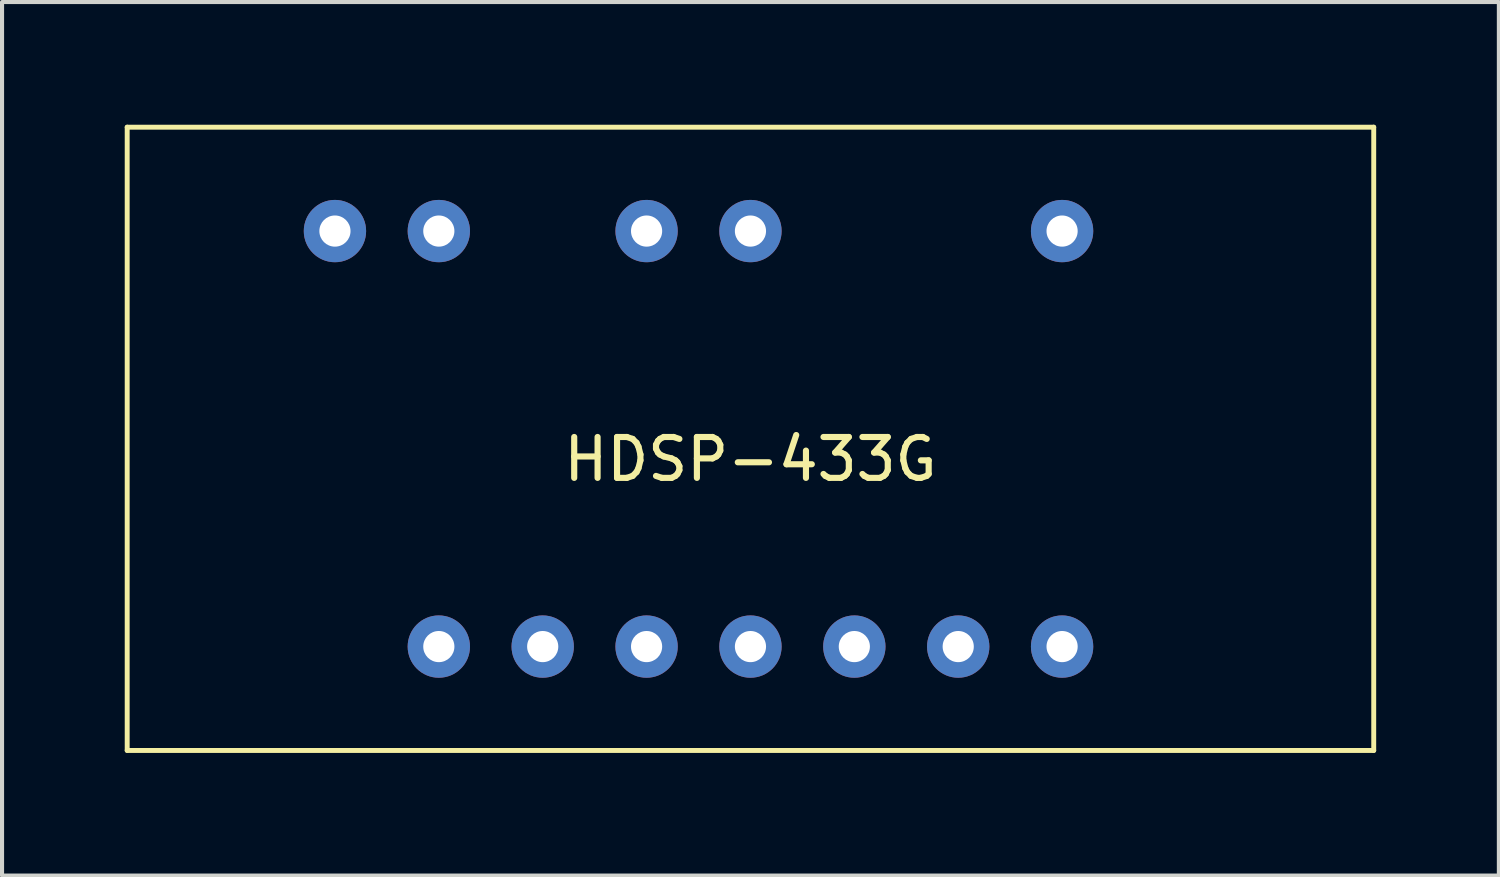
<source format=kicad_pcb>
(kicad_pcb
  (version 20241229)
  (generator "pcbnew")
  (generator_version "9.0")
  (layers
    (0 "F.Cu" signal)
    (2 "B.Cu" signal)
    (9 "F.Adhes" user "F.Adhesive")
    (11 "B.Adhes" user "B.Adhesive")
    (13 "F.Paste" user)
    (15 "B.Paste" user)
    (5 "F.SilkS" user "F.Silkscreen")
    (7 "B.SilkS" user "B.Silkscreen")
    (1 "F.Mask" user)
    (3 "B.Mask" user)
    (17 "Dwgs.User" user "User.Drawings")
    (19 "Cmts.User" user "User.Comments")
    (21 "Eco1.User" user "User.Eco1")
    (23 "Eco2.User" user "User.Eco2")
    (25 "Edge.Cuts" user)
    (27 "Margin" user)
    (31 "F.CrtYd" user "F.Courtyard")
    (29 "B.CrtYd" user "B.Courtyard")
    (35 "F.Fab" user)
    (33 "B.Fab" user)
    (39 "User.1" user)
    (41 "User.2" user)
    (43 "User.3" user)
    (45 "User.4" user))
  (footprint "HDSP-433G"
    (layer "F.Cu")
    (at 15.3 7.68)
    (property "Reference" "HDSP-433G" (at 0 0.5 0) (layer "F.SilkS") (effects (font (size 1 1) (thickness 0.15))))
    (attr through_hole)
    (fp_line (start -15.24 -7.62) (end 15.24 -7.62) (stroke (width 0.12) (type solid)) (layer "F.SilkS"))
    (fp_line (start -15.24 7.62) (end -15.24 -7.62) (stroke (width 0.12) (type solid)) (layer "F.SilkS"))
    (fp_line (start 15.24 -7.62) (end 15.24 7.62) (stroke (width 0.12) (type solid)) (layer "F.SilkS"))
    (fp_line (start 15.24 7.62) (end -15.24 7.62) (stroke (width 0.12) (type solid)) (layer "F.SilkS"))
    (pad "1" thru_hole circle (at -7.62 5.08) (size 1.524 1.524) (drill 0.762) (layers "*.Cu" "*.Mask"))
    (pad "2" thru_hole circle (at -5.08 5.08) (size 1.524 1.524) (drill 0.762) (layers "*.Cu" "*.Mask"))
    (pad "3" thru_hole circle (at -2.54 5.08) (size 1.524 1.524) (drill 0.762) (layers "*.Cu" "*.Mask"))
    (pad "4" thru_hole circle (at 0 5.08) (size 1.524 1.524) (drill 0.762) (layers "*.Cu" "*.Mask"))
    (pad "5" thru_hole circle (at 2.54 5.08) (size 1.524 1.524) (drill 0.762) (layers "*.Cu" "*.Mask"))
    (pad "6" thru_hole circle (at 5.08 5.08) (size 1.524 1.524) (drill 0.762) (layers "*.Cu" "*.Mask"))
    (pad "7" thru_hole circle (at 7.62 5.08) (size 1.524 1.524) (drill 0.762) (layers "*.Cu" "*.Mask"))
    (pad "8" thru_hole circle (at 7.62 -5.08) (size 1.524 1.524) (drill 0.762) (layers "*.Cu" "*.Mask"))
    (pad "11" thru_hole circle (at 0 -5.08) (size 1.524 1.524) (drill 0.762) (layers "*.Cu" "*.Mask"))
    (pad "12" thru_hole circle (at -2.54 -5.08) (size 1.524 1.524) (drill 0.762) (layers "*.Cu" "*.Mask"))
    (pad "14" thru_hole circle (at -7.62 -5.08) (size 1.524 1.524) (drill 0.762) (layers "*.Cu" "*.Mask"))
    (pad "15" thru_hole circle (at -10.16 -5.08) (size 1.524 1.524) (drill 0.762) (layers "*.Cu" "*.Mask")))
  (gr_rect
    (start -3 -3)
    (end 33.6 18.36)
    (stroke (width 0.1) (type default))
    (fill no)
    (layer "Edge.Cuts")))
</source>
